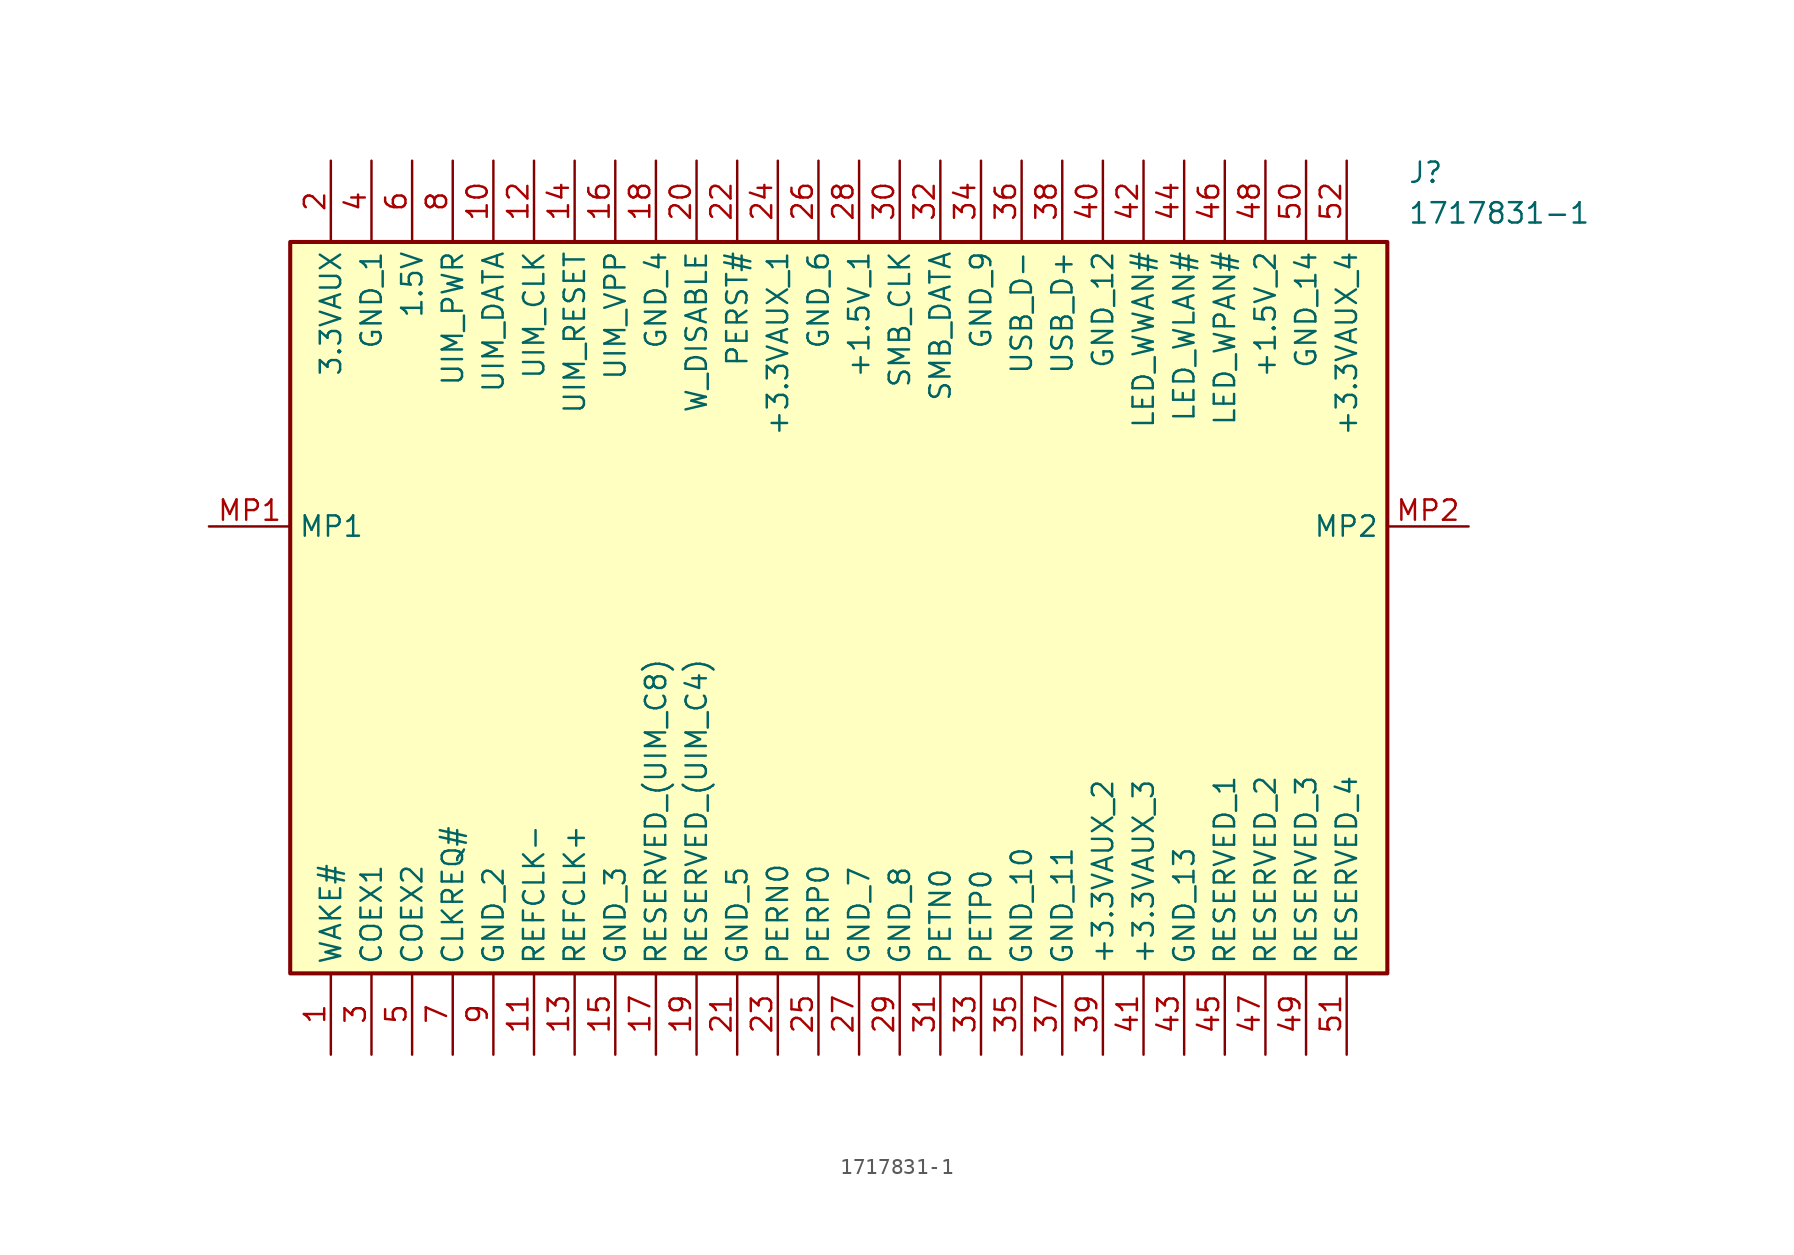
<source format=kicad_sym>
(kicad_symbol_lib
  (version 20211014)
  (generator SamacSys_ECAD_Model)
  (symbol "1717831-1"
    (property "Reference" "J"
      (at 74.93 22.86 0)
      (effects (font (size 1.27 1.27)) (justify left top)))
    (property "Value" "1717831-1"
      (at 74.93 20.32 0)
      (effects (font (size 1.27 1.27)) (justify left top)))
    (rectangle
      (start 5.08 17.78)
      (end 73.66 -27.94)
      (stroke (width 0.254) (type default))
      (fill (type background)))
    (pin passive line
      (at 7.62 -33.02 90)
      (length 5.08)
      (name "WAKE#" (effects (font (size 1.27 1.27))))
      (number "1" (effects (font (size 1.27 1.27)))))
    (pin passive line
      (at 7.62 22.86 270)
      (length 5.08)
      (name "3.3VAUX" (effects (font (size 1.27 1.27))))
      (number "2" (effects (font (size 1.27 1.27)))))
    (pin passive line
      (at 10.16 -33.02 90)
      (length 5.08)
      (name "COEX1" (effects (font (size 1.27 1.27))))
      (number "3" (effects (font (size 1.27 1.27)))))
    (pin passive line
      (at 10.16 22.86 270)
      (length 5.08)
      (name "GND_1" (effects (font (size 1.27 1.27))))
      (number "4" (effects (font (size 1.27 1.27)))))
    (pin passive line
      (at 12.7 -33.02 90)
      (length 5.08)
      (name "COEX2" (effects (font (size 1.27 1.27))))
      (number "5" (effects (font (size 1.27 1.27)))))
    (pin passive line
      (at 12.7 22.86 270)
      (length 5.08)
      (name "1.5V" (effects (font (size 1.27 1.27))))
      (number "6" (effects (font (size 1.27 1.27)))))
    (pin passive line
      (at 15.24 -33.02 90)
      (length 5.08)
      (name "CLKREQ#" (effects (font (size 1.27 1.27))))
      (number "7" (effects (font (size 1.27 1.27)))))
    (pin passive line
      (at 15.24 22.86 270)
      (length 5.08)
      (name "UIM_PWR" (effects (font (size 1.27 1.27))))
      (number "8" (effects (font (size 1.27 1.27)))))
    (pin passive line
      (at 17.78 -33.02 90)
      (length 5.08)
      (name "GND_2" (effects (font (size 1.27 1.27))))
      (number "9" (effects (font (size 1.27 1.27)))))
    (pin passive line
      (at 17.78 22.86 270)
      (length 5.08)
      (name "UIM_DATA" (effects (font (size 1.27 1.27))))
      (number "10" (effects (font (size 1.27 1.27)))))
    (pin passive line
      (at 20.32 -33.02 90)
      (length 5.08)
      (name "REFCLK-" (effects (font (size 1.27 1.27))))
      (number "11" (effects (font (size 1.27 1.27)))))
    (pin passive line
      (at 20.32 22.86 270)
      (length 5.08)
      (name "UIM_CLK" (effects (font (size 1.27 1.27))))
      (number "12" (effects (font (size 1.27 1.27)))))
    (pin passive line
      (at 22.86 -33.02 90)
      (length 5.08)
      (name "REFCLK+" (effects (font (size 1.27 1.27))))
      (number "13" (effects (font (size 1.27 1.27)))))
    (pin passive line
      (at 22.86 22.86 270)
      (length 5.08)
      (name "UIM_RESET" (effects (font (size 1.27 1.27))))
      (number "14" (effects (font (size 1.27 1.27)))))
    (pin passive line
      (at 25.4 -33.02 90)
      (length 5.08)
      (name "GND_3" (effects (font (size 1.27 1.27))))
      (number "15" (effects (font (size 1.27 1.27)))))
    (pin passive line
      (at 25.4 22.86 270)
      (length 5.08)
      (name "UIM_VPP" (effects (font (size 1.27 1.27))))
      (number "16" (effects (font (size 1.27 1.27)))))
    (pin passive line
      (at 27.94 -33.02 90)
      (length 5.08)
      (name "RESERVED_(UIM_C8)" (effects (font (size 1.27 1.27))))
      (number "17" (effects (font (size 1.27 1.27)))))
    (pin passive line
      (at 27.94 22.86 270)
      (length 5.08)
      (name "GND_4" (effects (font (size 1.27 1.27))))
      (number "18" (effects (font (size 1.27 1.27)))))
    (pin passive line
      (at 30.48 -33.02 90)
      (length 5.08)
      (name "RESERVED_(UIM_C4)" (effects (font (size 1.27 1.27))))
      (number "19" (effects (font (size 1.27 1.27)))))
    (pin passive line
      (at 30.48 22.86 270)
      (length 5.08)
      (name "W_DISABLE" (effects (font (size 1.27 1.27))))
      (number "20" (effects (font (size 1.27 1.27)))))
    (pin passive line
      (at 33.02 -33.02 90)
      (length 5.08)
      (name "GND_5" (effects (font (size 1.27 1.27))))
      (number "21" (effects (font (size 1.27 1.27)))))
    (pin passive line
      (at 33.02 22.86 270)
      (length 5.08)
      (name "PERST#" (effects (font (size 1.27 1.27))))
      (number "22" (effects (font (size 1.27 1.27)))))
    (pin passive line
      (at 35.56 -33.02 90)
      (length 5.08)
      (name "PERN0" (effects (font (size 1.27 1.27))))
      (number "23" (effects (font (size 1.27 1.27)))))
    (pin passive line
      (at 35.56 22.86 270)
      (length 5.08)
      (name "+3.3VAUX_1" (effects (font (size 1.27 1.27))))
      (number "24" (effects (font (size 1.27 1.27)))))
    (pin passive line
      (at 38.1 -33.02 90)
      (length 5.08)
      (name "PERP0" (effects (font (size 1.27 1.27))))
      (number "25" (effects (font (size 1.27 1.27)))))
    (pin passive line
      (at 38.1 22.86 270)
      (length 5.08)
      (name "GND_6" (effects (font (size 1.27 1.27))))
      (number "26" (effects (font (size 1.27 1.27)))))
    (pin passive line
      (at 40.64 -33.02 90)
      (length 5.08)
      (name "GND_7" (effects (font (size 1.27 1.27))))
      (number "27" (effects (font (size 1.27 1.27)))))
    (pin passive line
      (at 40.64 22.86 270)
      (length 5.08)
      (name "+1.5V_1" (effects (font (size 1.27 1.27))))
      (number "28" (effects (font (size 1.27 1.27)))))
    (pin passive line
      (at 43.18 -33.02 90)
      (length 5.08)
      (name "GND_8" (effects (font (size 1.27 1.27))))
      (number "29" (effects (font (size 1.27 1.27)))))
    (pin passive line
      (at 43.18 22.86 270)
      (length 5.08)
      (name "SMB_CLK" (effects (font (size 1.27 1.27))))
      (number "30" (effects (font (size 1.27 1.27)))))
    (pin passive line
      (at 45.72 -33.02 90)
      (length 5.08)
      (name "PETN0" (effects (font (size 1.27 1.27))))
      (number "31" (effects (font (size 1.27 1.27)))))
    (pin passive line
      (at 45.72 22.86 270)
      (length 5.08)
      (name "SMB_DATA" (effects (font (size 1.27 1.27))))
      (number "32" (effects (font (size 1.27 1.27)))))
    (pin passive line
      (at 48.26 -33.02 90)
      (length 5.08)
      (name "PETP0" (effects (font (size 1.27 1.27))))
      (number "33" (effects (font (size 1.27 1.27)))))
    (pin passive line
      (at 48.26 22.86 270)
      (length 5.08)
      (name "GND_9" (effects (font (size 1.27 1.27))))
      (number "34" (effects (font (size 1.27 1.27)))))
    (pin passive line
      (at 50.8 -33.02 90)
      (length 5.08)
      (name "GND_10" (effects (font (size 1.27 1.27))))
      (number "35" (effects (font (size 1.27 1.27)))))
    (pin passive line
      (at 50.8 22.86 270)
      (length 5.08)
      (name "USB_D-" (effects (font (size 1.27 1.27))))
      (number "36" (effects (font (size 1.27 1.27)))))
    (pin passive line
      (at 53.34 -33.02 90)
      (length 5.08)
      (name "GND_11" (effects (font (size 1.27 1.27))))
      (number "37" (effects (font (size 1.27 1.27)))))
    (pin passive line
      (at 53.34 22.86 270)
      (length 5.08)
      (name "USB_D+" (effects (font (size 1.27 1.27))))
      (number "38" (effects (font (size 1.27 1.27)))))
    (pin passive line
      (at 55.88 -33.02 90)
      (length 5.08)
      (name "+3.3VAUX_2" (effects (font (size 1.27 1.27))))
      (number "39" (effects (font (size 1.27 1.27)))))
    (pin passive line
      (at 55.88 22.86 270)
      (length 5.08)
      (name "GND_12" (effects (font (size 1.27 1.27))))
      (number "40" (effects (font (size 1.27 1.27)))))
    (pin passive line
      (at 58.42 -33.02 90)
      (length 5.08)
      (name "+3.3VAUX_3" (effects (font (size 1.27 1.27))))
      (number "41" (effects (font (size 1.27 1.27)))))
    (pin passive line
      (at 58.42 22.86 270)
      (length 5.08)
      (name "LED_WWAN#" (effects (font (size 1.27 1.27))))
      (number "42" (effects (font (size 1.27 1.27)))))
    (pin passive line
      (at 60.96 -33.02 90)
      (length 5.08)
      (name "GND_13" (effects (font (size 1.27 1.27))))
      (number "43" (effects (font (size 1.27 1.27)))))
    (pin passive line
      (at 60.96 22.86 270)
      (length 5.08)
      (name "LED_WLAN#" (effects (font (size 1.27 1.27))))
      (number "44" (effects (font (size 1.27 1.27)))))
    (pin passive line
      (at 63.5 -33.02 90)
      (length 5.08)
      (name "RESERVED_1" (effects (font (size 1.27 1.27))))
      (number "45" (effects (font (size 1.27 1.27)))))
    (pin passive line
      (at 63.5 22.86 270)
      (length 5.08)
      (name "LED_WPAN#" (effects (font (size 1.27 1.27))))
      (number "46" (effects (font (size 1.27 1.27)))))
    (pin passive line
      (at 66.04 -33.02 90)
      (length 5.08)
      (name "RESERVED_2" (effects (font (size 1.27 1.27))))
      (number "47" (effects (font (size 1.27 1.27)))))
    (pin passive line
      (at 66.04 22.86 270)
      (length 5.08)
      (name "+1.5V_2" (effects (font (size 1.27 1.27))))
      (number "48" (effects (font (size 1.27 1.27)))))
    (pin passive line
      (at 68.58 -33.02 90)
      (length 5.08)
      (name "RESERVED_3" (effects (font (size 1.27 1.27))))
      (number "49" (effects (font (size 1.27 1.27)))))
    (pin passive line
      (at 68.58 22.86 270)
      (length 5.08)
      (name "GND_14" (effects (font (size 1.27 1.27))))
      (number "50" (effects (font (size 1.27 1.27)))))
    (pin passive line
      (at 71.12 -33.02 90)
      (length 5.08)
      (name "RESERVED_4" (effects (font (size 1.27 1.27))))
      (number "51" (effects (font (size 1.27 1.27)))))
    (pin passive line
      (at 71.12 22.86 270)
      (length 5.08)
      (name "+3.3VAUX_4" (effects (font (size 1.27 1.27))))
      (number "52" (effects (font (size 1.27 1.27)))))
    (pin passive line
      (at 0 0 0)
      (length 5.08)
      (name "MP1" (effects (font (size 1.27 1.27))))
      (number "MP1" (effects (font (size 1.27 1.27)))))
    (pin passive line
      (at 78.74 0 180)
      (length 5.08)
      (name "MP2" (effects (font (size 1.27 1.27))))
      (number "MP2" (effects (font (size 1.27 1.27)))))))
</source>
